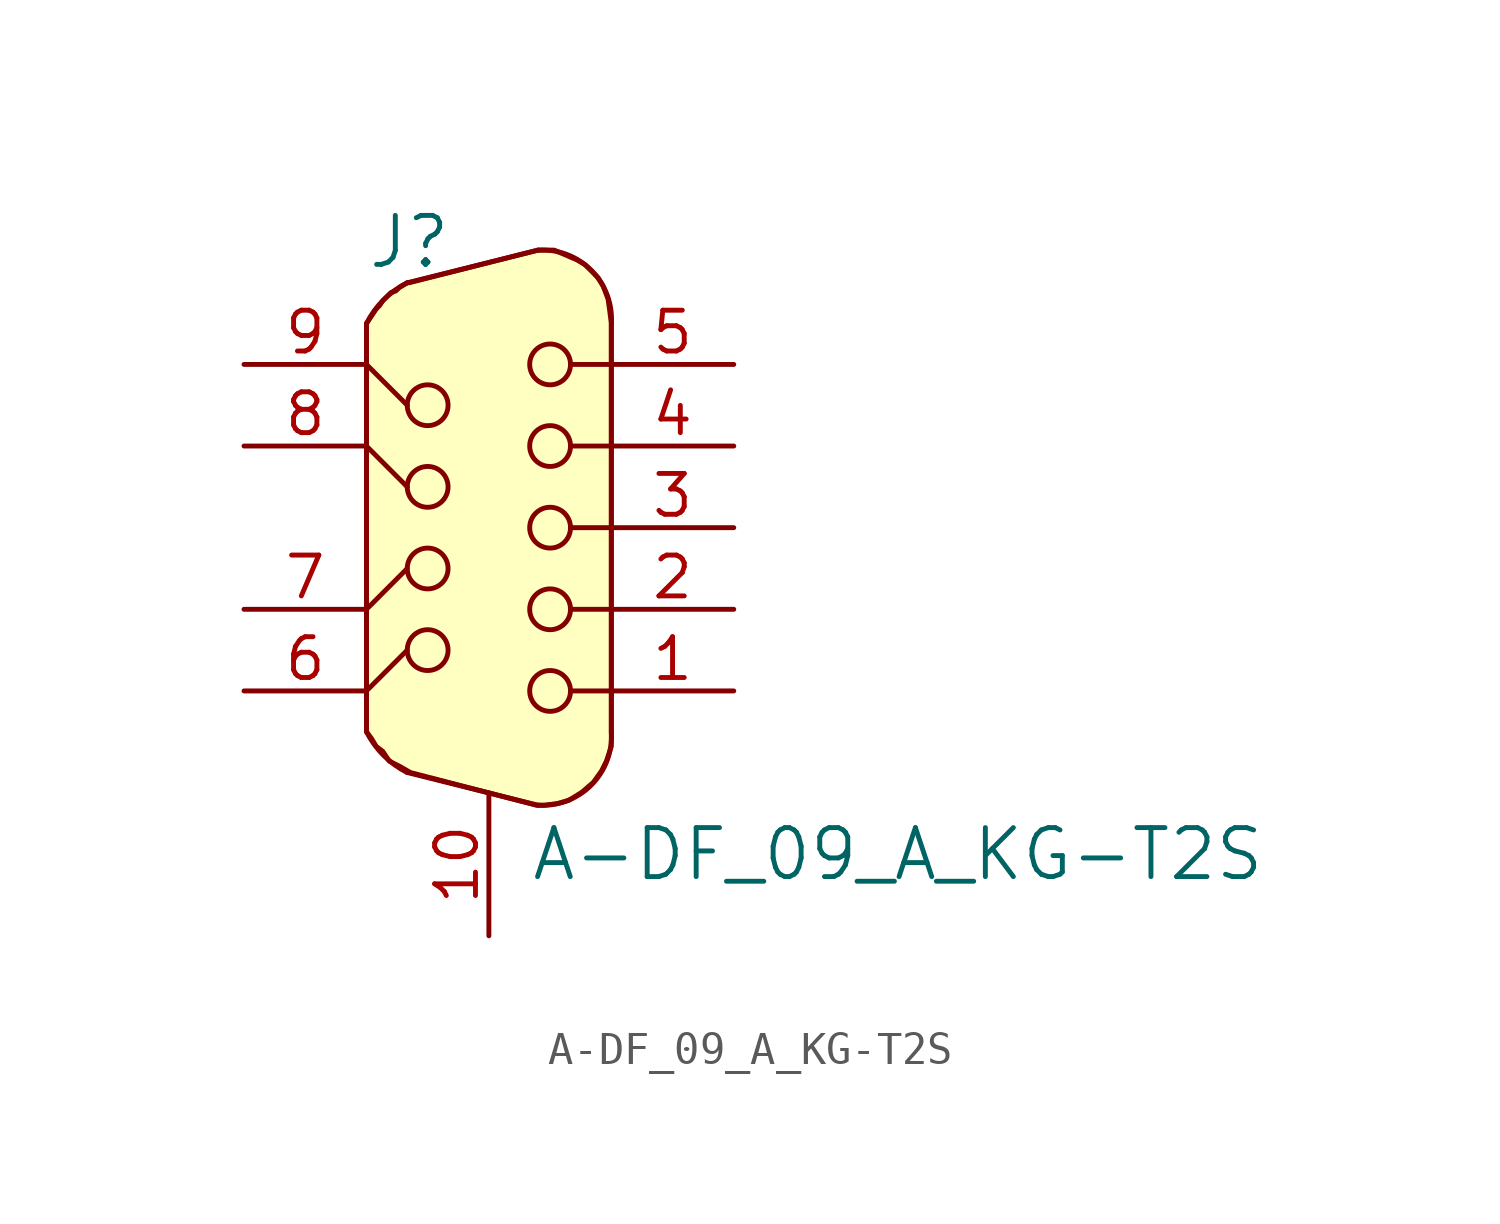
<source format=kicad_sym>
(kicad_symbol_lib
  (version 20231120)
  (generator "kicad_symbol_editor")
  (generator_version "8.0")
  (symbol "A-DF_09_A_KG-T2S"
    (pin_names
      (offset 1.016))
    (property "Reference" "J"
      (at -3.81 8.89 0)
      (effects (font (size 1.524 1.524)) (justify left)))
    (property "Value" "A-DF_09_A_KG-T2S"
      (at 1.27 -10.16 0)
      (effects (font (size 1.524 1.524)) (justify left)))
    (symbol "A-DF_09_A_KG-T2S_0_1"
      (circle (center -1.905 -3.81) (radius 0.635) (stroke (width 0) (type solid)) (fill (type none)))
      (circle (center -1.905 -1.27) (radius 0.635) (stroke (width 0) (type solid)) (fill (type none)))
      (circle (center -1.905 1.27) (radius 0.635) (stroke (width 0) (type solid)) (fill (type none)))
      (circle (center -1.905 3.81) (radius 0.635) (stroke (width 0) (type solid)) (fill (type none)))
      (polyline (pts (xy -3.81 -5.08) (xy -2.54 -3.81)) (stroke (width 0) (type solid)) (fill (type none)))
      (polyline (pts (xy -3.81 -2.54) (xy -2.54 -1.27)) (stroke (width 0) (type solid)) (fill (type none)))
      (polyline (pts (xy -3.81 2.54) (xy -2.54 1.27)) (stroke (width 0) (type solid)) (fill (type none)))
      (polyline (pts (xy -3.81 5.08) (xy -2.54 3.81)) (stroke (width 0) (type solid)) (fill (type none)))
      (polyline (pts (xy 3.81 -5.08) (xy 2.54 -5.08)) (stroke (width 0) (type solid)) (fill (type none)))
      (polyline (pts (xy 3.81 -2.54) (xy 2.54 -2.54)) (stroke (width 0) (type solid)) (fill (type none)))
      (polyline (pts (xy 3.81 0) (xy 2.54 0)) (stroke (width 0) (type solid)) (fill (type none)))
      (polyline (pts (xy 3.81 2.54) (xy 2.54 2.54)) (stroke (width 0) (type solid)) (fill (type none)))
      (polyline (pts (xy 3.81 5.08) (xy 2.54 5.08)) (stroke (width 0) (type solid)) (fill (type none)))
      (circle (center 1.905 -5.08) (radius 0.635) (stroke (width 0) (type solid)) (fill (type none)))
      (circle (center 1.905 -2.54) (radius 0.635) (stroke (width 0) (type solid)) (fill (type none)))
      (circle (center 1.905 0) (radius 0.635) (stroke (width 0) (type solid)) (fill (type none)))
      (circle (center 1.905 2.54) (radius 0.635) (stroke (width 0) (type solid)) (fill (type none)))
      (circle (center 1.905 5.08) (radius 0.635) (stroke (width 0) (type solid)) (fill (type none))))
    (symbol "A-DF_09_A_KG-T2S_1_1"
      (arc (start -3.81 -6.35) (mid -3.278 -7.088) (end -2.54 -7.62) (stroke (width 0) (type solid)) (fill (type none)))
      (arc (start -2.54 7.62) (mid -3.278 7.088) (end -3.81 6.35) (stroke (width 0) (type solid)) (fill (type none)))
      (polyline (pts (xy -3.81 6.35) (xy -3.81 -6.35)) (stroke (width 0) (type solid)) (fill (type background)))
      (polyline (pts (xy -2.54 7.62) (xy 1.524 8.636)) (stroke (width 0) (type solid)) (fill (type background)))
      (polyline (pts (xy 1.524 -8.636) (xy -2.54 -7.62)) (stroke (width 0) (type solid)) (fill (type background)))
      (polyline (pts (xy 3.81 6.35) (xy 3.81 -6.35)) (stroke (width 0) (type solid)) (fill (type background)))
      (polyline (pts (xy -2.54 7.62) (xy -2.794 7.468) (xy -2.896 7.366) (xy -3.048 7.315) (xy -3.2 7.163) (xy -3.302 7.061) (xy -3.404 6.909) (xy -3.505 6.807) (xy -3.607 6.655) (xy -3.708 6.502) (xy -3.81 6.35) (xy -3.81 -6.35) (xy -3.658 -6.553) (xy -3.505 -6.807) (xy -3.302 -6.96) (xy -3.099 -7.264) (xy -2.794 -7.417) (xy -2.438 -7.62) (xy 1.473 -8.636) (xy 1.727 -8.636) (xy 2.134 -8.585) (xy 2.489 -8.484) (xy 2.896 -8.23) (xy 3.251 -7.925) (xy 3.505 -7.569) (xy 3.658 -7.264) (xy 3.81 -6.807) (xy 3.81 -6.35) (xy 3.81 6.35) (xy 3.759 6.756) (xy 3.708 7.112) (xy 3.556 7.518) (xy 3.404 7.772) (xy 3.2 7.976) (xy 2.997 8.179) (xy 2.743 8.331) (xy 2.388 8.484) (xy 2.032 8.636) (xy 1.778 8.636) (xy 1.524 8.636) (xy -2.489 7.62)) (stroke (width 0) (type solid)) (fill (type background)))
      (arc (start 1.524 -8.636) (mid 3.1896 -8.0073) (end 3.81 -6.35) (stroke (width 0) (type solid)) (fill (type none)))
      (arc (start 3.81 6.35) (mid 3.1813 8.0156) (end 1.524 8.636) (stroke (width 0) (type solid)) (fill (type none)))
      (pin passive line (at 7.62 -5.08 180) (length 3.81) (name "~" (effects (font (size 1.27 1.27)))) (number "1" (effects (font (size 1.27 1.27)))))
      (pin passive line (at 0 -12.7 90) (length 4.445) (name "~" (effects (font (size 1.27 1.27)))) (number "10" (effects (font (size 1.27 1.27)))))
      (pin passive line (at 7.62 -2.54 180) (length 3.81) (name "~" (effects (font (size 1.27 1.27)))) (number "2" (effects (font (size 1.27 1.27)))))
      (pin passive line (at 7.62 0 180) (length 3.81) (name "~" (effects (font (size 1.27 1.27)))) (number "3" (effects (font (size 1.27 1.27)))))
      (pin passive line (at 7.62 2.54 180) (length 3.81) (name "~" (effects (font (size 1.27 1.27)))) (number "4" (effects (font (size 1.27 1.27)))))
      (pin passive line (at 7.62 5.08 180) (length 3.81) (name "~" (effects (font (size 1.27 1.27)))) (number "5" (effects (font (size 1.27 1.27)))))
      (pin passive line (at -7.62 -5.08 0) (length 3.81) (name "~" (effects (font (size 1.27 1.27)))) (number "6" (effects (font (size 1.27 1.27)))))
      (pin passive line (at -7.62 -2.54 0) (length 3.81) (name "~" (effects (font (size 1.27 1.27)))) (number "7" (effects (font (size 1.27 1.27)))))
      (pin passive line (at -7.62 2.54 0) (length 3.81) (name "~" (effects (font (size 1.27 1.27)))) (number "8" (effects (font (size 1.27 1.27)))))
      (pin passive line (at -7.62 5.08 0) (length 3.81) (name "~" (effects (font (size 1.27 1.27)))) (number "9" (effects (font (size 1.27 1.27))))))))
</source>
